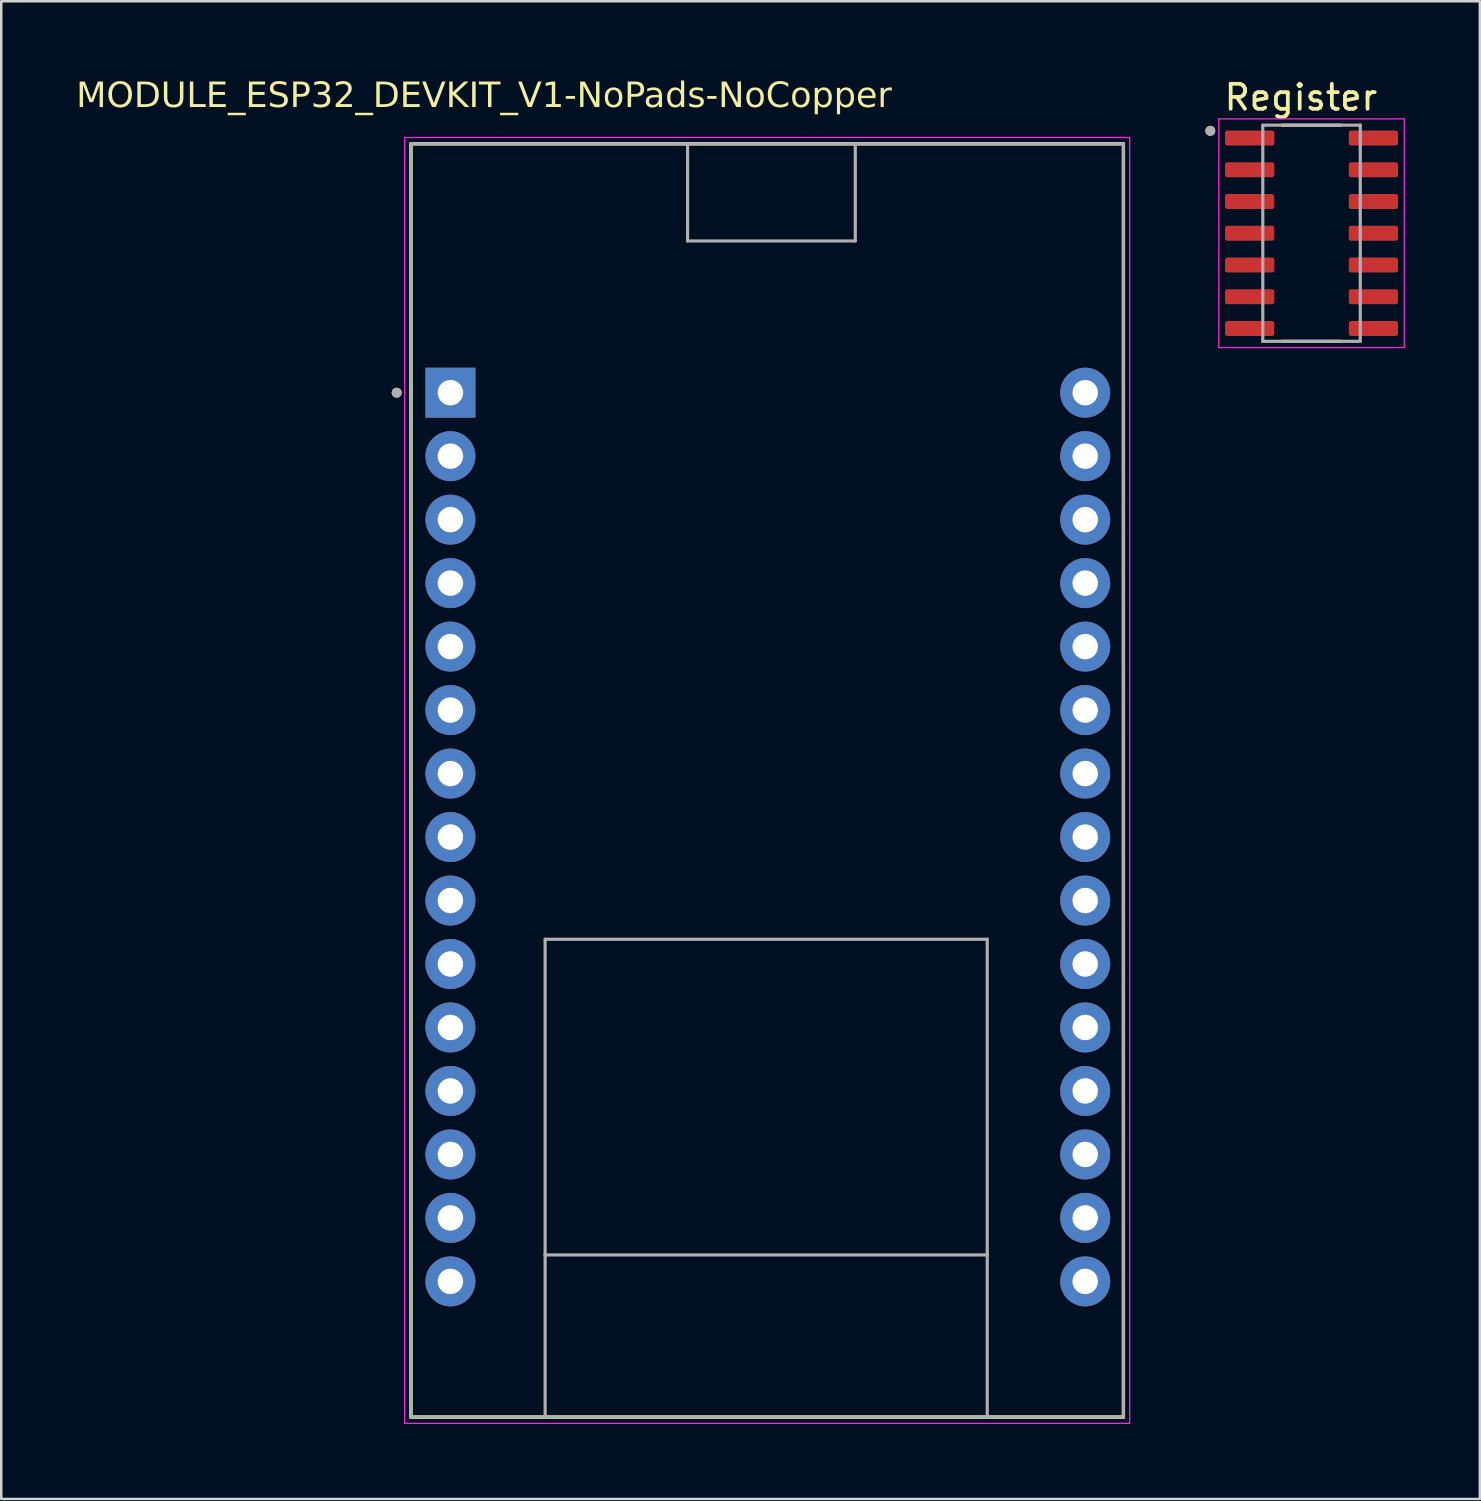
<source format=kicad_pcb>
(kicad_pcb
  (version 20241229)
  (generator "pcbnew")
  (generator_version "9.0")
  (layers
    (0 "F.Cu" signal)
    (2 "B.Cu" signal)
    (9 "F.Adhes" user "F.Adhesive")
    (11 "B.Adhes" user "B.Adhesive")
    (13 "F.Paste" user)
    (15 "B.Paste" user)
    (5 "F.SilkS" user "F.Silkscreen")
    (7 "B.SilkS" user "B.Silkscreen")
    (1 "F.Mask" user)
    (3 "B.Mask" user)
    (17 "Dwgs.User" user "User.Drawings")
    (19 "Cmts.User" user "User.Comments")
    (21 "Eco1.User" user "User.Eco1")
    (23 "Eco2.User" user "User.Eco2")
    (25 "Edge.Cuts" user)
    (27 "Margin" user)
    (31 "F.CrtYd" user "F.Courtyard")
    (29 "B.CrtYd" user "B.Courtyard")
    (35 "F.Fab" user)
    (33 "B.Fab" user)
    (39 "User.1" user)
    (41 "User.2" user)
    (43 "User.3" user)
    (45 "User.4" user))
  (footprint "Register"
    (layer "F.Cu")
    (at 49.427 6.283)
    (property "Reference" "Register" (at -0.425 -5.435 0) (layer "F.SilkS") (effects (font (size 1 1) (thickness 0.15))))
    (attr smd)
    (fp_line (start -1.17 -4.325) (end 1.17 -4.325) (stroke (width 0.127) (type solid)) (layer "F.SilkS"))
    (fp_line (start -1.17 4.325) (end 1.17 4.325) (stroke (width 0.127) (type solid)) (layer "F.SilkS"))
    (fp_circle (center -4.05 -4.1) (end -3.95 -4.1) (stroke (width 0.2) (type solid)) (fill no) (layer "F.SilkS"))
    (fp_line (start -3.71 -4.575) (end 3.71 -4.575) (stroke (width 0.05) (type solid)) (layer "F.CrtYd"))
    (fp_line (start -3.71 4.575) (end -3.71 -4.575) (stroke (width 0.05) (type solid)) (layer "F.CrtYd"))
    (fp_line (start 3.71 -4.575) (end 3.71 4.575) (stroke (width 0.05) (type solid)) (layer "F.CrtYd"))
    (fp_line (start 3.71 4.575) (end -3.71 4.575) (stroke (width 0.05) (type solid)) (layer "F.CrtYd"))
    (fp_line (start -1.95 -4.325) (end 1.95 -4.325) (stroke (width 0.127) (type solid)) (layer "F.Fab"))
    (fp_line (start -1.95 4.325) (end -1.95 -4.325) (stroke (width 0.127) (type solid)) (layer "F.Fab"))
    (fp_line (start 1.95 -4.325) (end 1.95 4.325) (stroke (width 0.127) (type solid)) (layer "F.Fab"))
    (fp_line (start 1.95 4.325) (end -1.95 4.325) (stroke (width 0.127) (type solid)) (layer "F.Fab"))
    (fp_circle (center -4.05 -4.1) (end -3.95 -4.1) (stroke (width 0.2) (type solid)) (fill no) (layer "F.Fab"))
    (pad "1" smd roundrect (at -2.475 -3.81) (size 1.97 0.6) (layers "F.Cu" "F.Mask" "F.Paste") (roundrect_rratio 0.15))
    (pad "2" smd roundrect (at -2.475 -2.54) (size 1.97 0.6) (layers "F.Cu" "F.Mask" "F.Paste") (roundrect_rratio 0.15))
    (pad "3" smd roundrect (at -2.475 -1.27) (size 1.97 0.6) (layers "F.Cu" "F.Mask" "F.Paste") (roundrect_rratio 0.15))
    (pad "4" smd roundrect (at -2.475 0) (size 1.97 0.6) (layers "F.Cu" "F.Mask" "F.Paste") (roundrect_rratio 0.15))
    (pad "5" smd roundrect (at -2.475 1.27) (size 1.97 0.6) (layers "F.Cu" "F.Mask" "F.Paste") (roundrect_rratio 0.15))
    (pad "6" smd roundrect (at -2.475 2.54) (size 1.97 0.6) (layers "F.Cu" "F.Mask" "F.Paste") (roundrect_rratio 0.15))
    (pad "7" smd roundrect (at -2.475 3.81) (size 1.97 0.6) (layers "F.Cu" "F.Mask" "F.Paste") (roundrect_rratio 0.15))
    (pad "8" smd roundrect (at 2.475 3.81) (size 1.97 0.6) (layers "F.Cu" "F.Mask" "F.Paste") (roundrect_rratio 0.15))
    (pad "9" smd roundrect (at 2.475 2.54) (size 1.97 0.6) (layers "F.Cu" "F.Mask" "F.Paste") (roundrect_rratio 0.15))
    (pad "10" smd roundrect (at 2.475 1.27) (size 1.97 0.6) (layers "F.Cu" "F.Mask" "F.Paste") (roundrect_rratio 0.15))
    (pad "11" smd roundrect (at 2.475 0) (size 1.97 0.6) (layers "F.Cu" "F.Mask" "F.Paste") (roundrect_rratio 0.15))
    (pad "12" smd roundrect (at 2.475 -1.27) (size 1.97 0.6) (layers "F.Cu" "F.Mask" "F.Paste") (roundrect_rratio 0.15))
    (pad "13" smd roundrect (at 2.475 -2.54) (size 1.97 0.6) (layers "F.Cu" "F.Mask" "F.Paste") (roundrect_rratio 0.15))
    (pad "14" smd roundrect (at 2.475 -3.81) (size 1.97 0.6) (layers "F.Cu" "F.Mask" "F.Paste") (roundrect_rratio 0.15)))
  (footprint "MODULE_ESP32_DEVKIT_V1-NoPads-NoCopper"
    (layer "F.Cu")
    (at 27.672 28.177)
    (property "Reference" "MODULE_ESP32_DEVKIT_V1-NoPads-NoCopper" (at -11.355 -27.36 0) (layer "F.SilkS") (effects (font (face "Bahnschrift") (size 1 1) (thickness 0.15))))
    (attr through_hole)
    (fp_line (start -14.28 -25.475) (end -3.211 -25.475) (stroke (width 0.127) (type solid)) (layer "F.SilkS"))
    (fp_line (start -14.28 -25.475) (end 14.23 -25.475) (stroke (width 0.127) (type solid)) (layer "F.SilkS"))
    (fp_line (start -14.28 25.475) (end -14.28 -25.475) (stroke (width 0.127) (type solid)) (layer "F.SilkS"))
    (fp_line (start -14.28 25.475) (end -14.28 -25.475) (stroke (width 0.127) (type solid)) (layer "F.SilkS"))
    (fp_line (start -14.28 25.475) (end -8.91 25.475) (stroke (width 0.127) (type solid)) (layer "F.SilkS"))
    (fp_line (start -8.91 25.475) (end 8.78 25.475) (stroke (width 0.127) (type solid)) (layer "F.SilkS"))
    (fp_line (start -3.211 -25.475) (end 3.5 -25.475) (stroke (width 0.127) (type solid)) (layer "F.SilkS"))
    (fp_line (start 3.5 -25.475) (end 14.23 -25.475) (stroke (width 0.127) (type solid)) (layer "F.SilkS"))
    (fp_line (start 8.78 25.475) (end 14.23 25.475) (stroke (width 0.127) (type solid)) (layer "F.SilkS"))
    (fp_line (start 14.23 -25.475) (end 14.23 25.475) (stroke (width 0.127) (type solid)) (layer "F.SilkS"))
    (fp_line (start 14.23 -25.475) (end 14.23 25.475) (stroke (width 0.127) (type solid)) (layer "F.SilkS"))
    (fp_line (start 14.23 25.475) (end -14.28 25.475) (stroke (width 0.127) (type solid)) (layer "F.SilkS"))
    (fp_circle (center -14.85 -15.515) (end -14.75 -15.515) (stroke (width 0.2) (type solid)) (fill no) (layer "F.SilkS"))
    (fp_line (start -14.53 -25.725) (end -14.53 25.725) (stroke (width 0.05) (type solid)) (layer "F.CrtYd"))
    (fp_line (start -14.53 25.725) (end 14.48 25.725) (stroke (width 0.05) (type solid)) (layer "F.CrtYd"))
    (fp_line (start 14.48 -25.725) (end -14.53 -25.725) (stroke (width 0.05) (type solid)) (layer "F.CrtYd"))
    (fp_line (start 14.48 25.725) (end 14.48 -25.725) (stroke (width 0.05) (type solid)) (layer "F.CrtYd"))
    (fp_line (start -14.28 -25.475) (end -3.211 -25.475) (stroke (width 0.127) (type solid)) (layer "F.Fab"))
    (fp_line (start -14.28 25.475) (end -14.28 -25.475) (stroke (width 0.127) (type solid)) (layer "F.Fab"))
    (fp_line (start -14.28 25.475) (end -8.91 25.475) (stroke (width 0.127) (type solid)) (layer "F.Fab"))
    (fp_line (start -8.91 6.355) (end 8.78 6.355) (stroke (width 0.127) (type solid)) (layer "F.Fab"))
    (fp_line (start -8.91 18.985) (end -8.91 6.355) (stroke (width 0.127) (type solid)) (layer "F.Fab"))
    (fp_line (start -8.91 18.985) (end 8.78 18.985) (stroke (width 0.127) (type solid)) (layer "F.Fab"))
    (fp_line (start -8.91 25.475) (end -8.91 18.985) (stroke (width 0.127) (type solid)) (layer "F.Fab"))
    (fp_line (start -8.91 25.475) (end 8.78 25.475) (stroke (width 0.127) (type solid)) (layer "F.Fab"))
    (fp_line (start -3.211 -25.475) (end 3.5 -25.475) (stroke (width 0.127) (type solid)) (layer "F.Fab"))
    (fp_line (start -3.211 -21.585) (end -3.211 -25.475) (stroke (width 0.127) (type solid)) (layer "F.Fab"))
    (fp_line (start 3.5 -25.475) (end 3.5 -21.585) (stroke (width 0.127) (type solid)) (layer "F.Fab"))
    (fp_line (start 3.5 -25.475) (end 14.23 -25.475) (stroke (width 0.127) (type solid)) (layer "F.Fab"))
    (fp_line (start 3.5 -21.585) (end -3.211 -21.585) (stroke (width 0.127) (type solid)) (layer "F.Fab"))
    (fp_line (start 8.78 6.355) (end 8.78 18.985) (stroke (width 0.127) (type solid)) (layer "F.Fab"))
    (fp_line (start 8.78 18.985) (end 8.78 25.475) (stroke (width 0.127) (type solid)) (layer "F.Fab"))
    (fp_line (start 8.78 25.475) (end 14.23 25.475) (stroke (width 0.127) (type solid)) (layer "F.Fab"))
    (fp_line (start 14.23 -25.475) (end 14.23 25.475) (stroke (width 0.127) (type solid)) (layer "F.Fab"))
    (fp_circle (center -14.85 -15.515) (end -14.75 -15.515) (stroke (width 0.2) (type solid)) (fill no) (layer "F.Fab"))
    (pad "1" thru_hole rect (at -12.7 -15.515) (size 2 2) (drill 1.02) (layers "*.Cu" "*.Mask"))
    (pad "2" thru_hole circle (at -12.7 -12.975) (size 2 2) (drill 1.02) (layers "*.Cu" "*.Mask"))
    (pad "3" thru_hole circle (at -12.7 -10.435) (size 2 2) (drill 1.02) (layers "*.Cu" "*.Mask"))
    (pad "4" thru_hole circle (at -12.7 -7.895) (size 2 2) (drill 1.02) (layers "*.Cu" "*.Mask"))
    (pad "5" thru_hole circle (at -12.7 -5.355) (size 2 2) (drill 1.02) (layers "*.Cu" "*.Mask"))
    (pad "6" thru_hole circle (at -12.7 -2.815) (size 2 2) (drill 1.02) (layers "*.Cu" "*.Mask"))
    (pad "7" thru_hole circle (at -12.7 -0.275) (size 2 2) (drill 1.02) (layers "*.Cu" "*.Mask"))
    (pad "8" thru_hole circle (at -12.7 2.265) (size 2 2) (drill 1.02) (layers "*.Cu" "*.Mask"))
    (pad "9" thru_hole circle (at -12.7 4.805) (size 2 2) (drill 1.02) (layers "*.Cu" "*.Mask"))
    (pad "10" thru_hole circle (at -12.7 7.345) (size 2 2) (drill 1.02) (layers "*.Cu" "*.Mask"))
    (pad "11" thru_hole circle (at -12.7 9.885) (size 2 2) (drill 1.02) (layers "*.Cu" "*.Mask"))
    (pad "12" thru_hole circle (at -12.7 12.425) (size 2 2) (drill 1.02) (layers "*.Cu" "*.Mask"))
    (pad "13" thru_hole circle (at -12.7 14.965) (size 2 2) (drill 1.02) (layers "*.Cu" "*.Mask"))
    (pad "14" thru_hole circle (at -12.7 17.505) (size 2 2) (drill 1.02) (layers "*.Cu" "*.Mask"))
    (pad "15" thru_hole circle (at -12.7 20.045) (size 2 2) (drill 1.02) (layers "*.Cu" "*.Mask"))
    (pad "16" thru_hole circle (at 12.7 20.045) (size 2 2) (drill 1.02) (layers "*.Cu" "*.Mask"))
    (pad "17" thru_hole circle (at 12.7 17.505) (size 2 2) (drill 1.02) (layers "*.Cu" "*.Mask"))
    (pad "18" thru_hole circle (at 12.7 14.965) (size 2 2) (drill 1.02) (layers "*.Cu" "*.Mask"))
    (pad "19" thru_hole circle (at 12.7 12.425) (size 2 2) (drill 1.02) (layers "*.Cu" "*.Mask"))
    (pad "20" thru_hole circle (at 12.7 9.885) (size 2 2) (drill 1.02) (layers "*.Cu" "*.Mask"))
    (pad "21" thru_hole circle (at 12.7 7.345) (size 2 2) (drill 1.02) (layers "*.Cu" "*.Mask"))
    (pad "22" thru_hole circle (at 12.7 4.805) (size 2 2) (drill 1.02) (layers "*.Cu" "*.Mask"))
    (pad "23" thru_hole circle (at 12.7 2.265) (size 2 2) (drill 1.02) (layers "*.Cu" "*.Mask"))
    (pad "24" thru_hole circle (at 12.7 -0.275) (size 2 2) (drill 1.02) (layers "*.Cu" "*.Mask"))
    (pad "25" thru_hole circle (at 12.7 -2.815) (size 2 2) (drill 1.02) (layers "*.Cu" "*.Mask"))
    (pad "26" thru_hole circle (at 12.7 -5.355) (size 2 2) (drill 1.02) (layers "*.Cu" "*.Mask"))
    (pad "27" thru_hole circle (at 12.7 -7.895) (size 2 2) (drill 1.02) (layers "*.Cu" "*.Mask"))
    (pad "28" thru_hole circle (at 12.7 -10.435) (size 2 2) (drill 1.02) (layers "*.Cu" "*.Mask"))
    (pad "29" thru_hole circle (at 12.7 -12.975) (size 2 2) (drill 1.02) (layers "*.Cu" "*.Mask"))
    (pad "30" thru_hole circle (at 12.7 -15.515) (size 2 2) (drill 1.02) (layers "*.Cu" "*.Mask")))
  (gr_rect
    (start -3 -3)
    (end 56.162 56.927)
    (stroke (width 0.1) (type default))
    (fill no)
    (layer "Edge.Cuts")))
</source>
